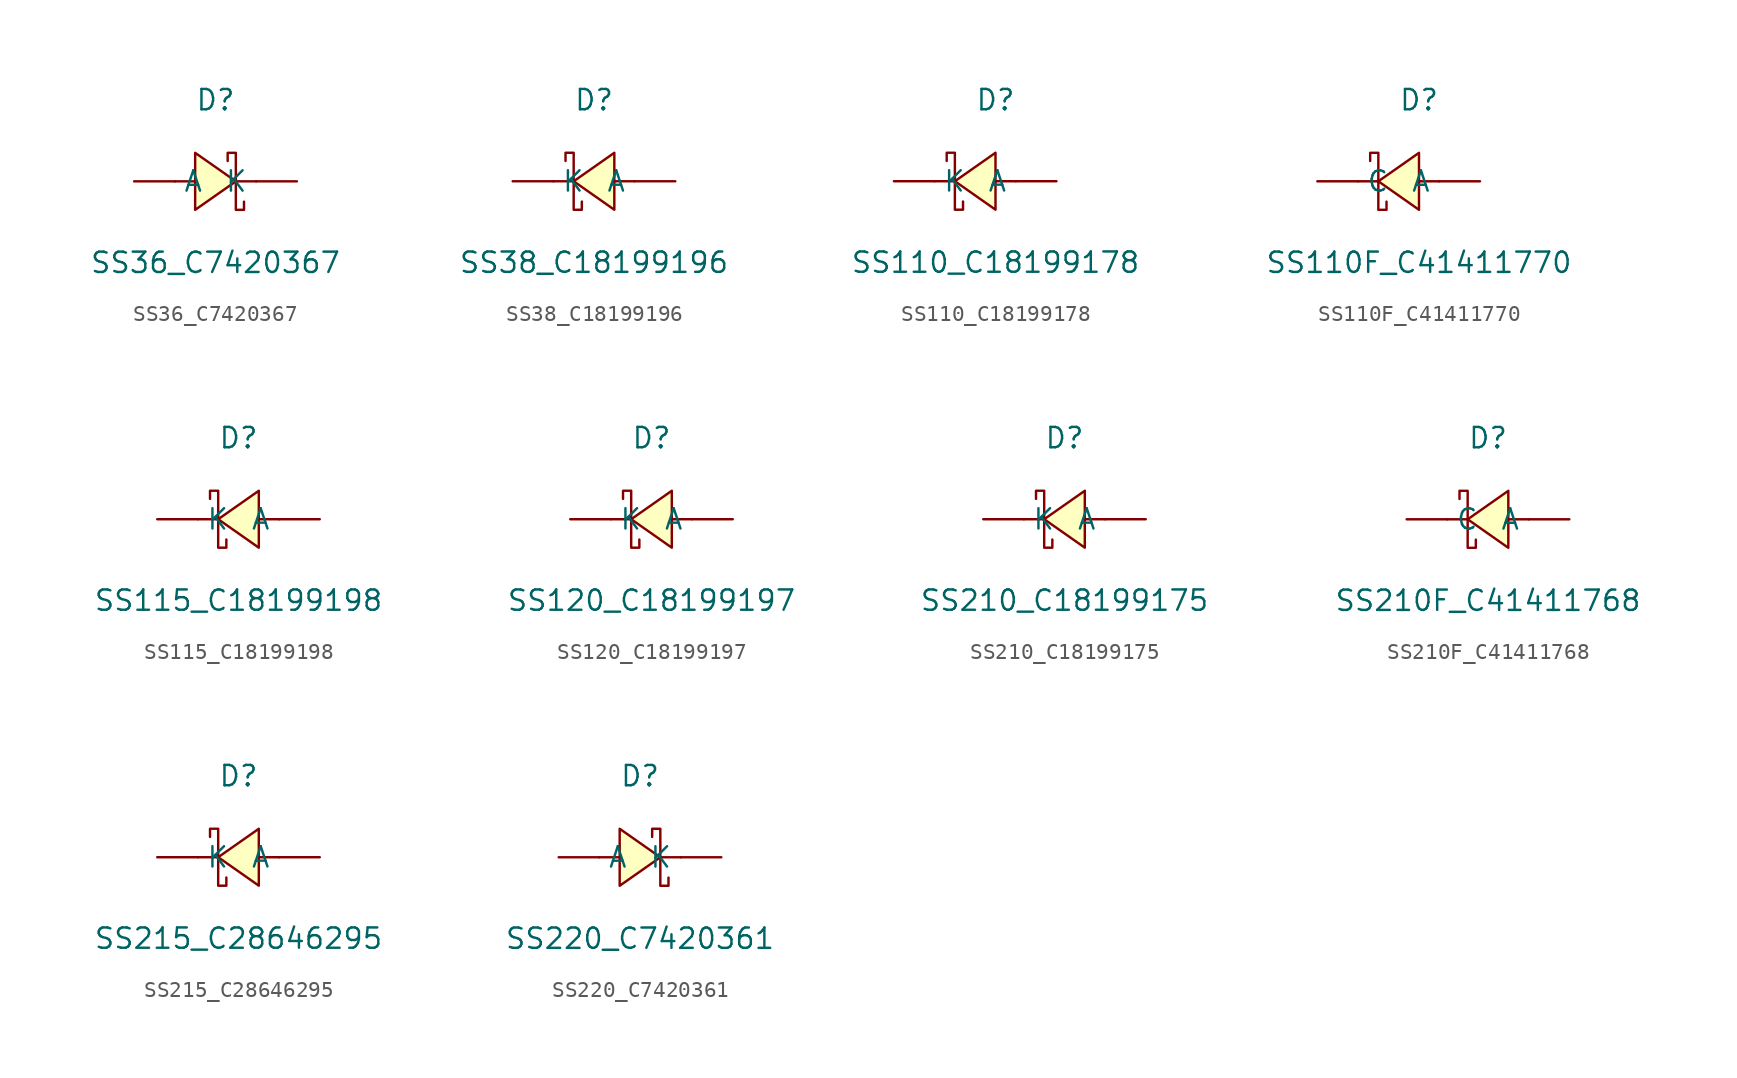
<source format=kicad_sym>
(kicad_symbol_lib
  (version 20241209)
  (generator "kicad_symbol_editor")
  (generator_version "9.0")
  (symbol "SS36_C7420367"
    (pin_numbers
      (hide yes))
    (property "Reference" "D"
      (at 0 5.08 0)
      (effects (font (size 1.27 1.27))))
    (property "Value" "SS36_C7420367"
      (at 0 -5.08 0)
      (effects (font (size 1.27 1.27))))
    (symbol "SS36_C7420367_0_1"
      (polyline (pts (xy -2.54 0) (xy -1.27 0)) (stroke (width 0) (type default)) (fill (type none)))
      (polyline (pts (xy -1.27 -1.78) (xy 1.27 0) (xy -1.27 1.78) (xy -1.27 -1.78)) (stroke (width 0) (type default)) (fill (type background)))
      (polyline (pts (xy 1.27 0) (xy 2.54 0)) (stroke (width 0) (type default)) (fill (type none)))
      (polyline (pts (xy 1.78 -1.27) (xy 1.78 -1.78) (xy 1.27 -1.78) (xy 1.27 1.78) (xy 0.76 1.78) (xy 0.76 1.27)) (stroke (width 0) (type default)) (fill (type none)))
      (pin unspecified line (at -5.08 0 0) (length 2.54) (name "A" (effects (font (size 1.27 1.27)))) (number "1" (effects (font (size 1.27 1.27)))))
      (pin unspecified line (at 5.08 0 180) (length 2.54) (name "K" (effects (font (size 1.27 1.27)))) (number "2" (effects (font (size 1.27 1.27)))))))
  (symbol "SS38_C18199196"
    (pin_numbers
      (hide yes))
    (property "Reference" "D"
      (at 0 5.08 0)
      (effects (font (size 1.27 1.27))))
    (property "Value" "SS38_C18199196"
      (at 0 -5.08 0)
      (effects (font (size 1.27 1.27))))
    (symbol "SS38_C18199196_0_1"
      (polyline (pts (xy -1.78 1.27) (xy -1.78 1.78) (xy -1.27 1.78) (xy -1.27 -1.78) (xy -0.76 -1.78) (xy -0.76 -1.27)) (stroke (width 0) (type default)) (fill (type none)))
      (polyline (pts (xy -1.27 0) (xy -2.54 0)) (stroke (width 0) (type default)) (fill (type none)))
      (polyline (pts (xy 1.27 1.78) (xy -1.27 0) (xy 1.27 -1.78) (xy 1.27 1.78)) (stroke (width 0) (type default)) (fill (type background)))
      (polyline (pts (xy 2.54 0) (xy 1.27 0)) (stroke (width 0) (type default)) (fill (type none)))
      (pin unspecified line (at -5.08 0 0) (length 2.54) (name "K" (effects (font (size 1.27 1.27)))) (number "1" (effects (font (size 1.27 1.27)))))
      (pin unspecified line (at 5.08 0 180) (length 2.54) (name "A" (effects (font (size 1.27 1.27)))) (number "2" (effects (font (size 1.27 1.27)))))))
  (symbol "SS110_C18199178"
    (pin_numbers
      (hide yes))
    (property "Reference" "D"
      (at 0 5.08 0)
      (effects (font (size 1.27 1.27))))
    (property "Value" "SS110_C18199178"
      (at 0 -5.08 0)
      (effects (font (size 1.27 1.27))))
    (symbol "SS110_C18199178_0_1"
      (polyline (pts (xy -3.05 1.27) (xy -3.05 1.78) (xy -2.54 1.78) (xy -2.54 -1.78) (xy -2.03 -1.78) (xy -2.03 -1.27)) (stroke (width 0) (type default)) (fill (type none)))
      (polyline (pts (xy -2.54 0) (xy -3.81 0)) (stroke (width 0) (type default)) (fill (type none)))
      (polyline (pts (xy 0 1.78) (xy -2.54 0) (xy 0 -1.78) (xy 0 1.78)) (stroke (width 0) (type default)) (fill (type background)))
      (polyline (pts (xy 1.27 0) (xy 0 0)) (stroke (width 0) (type default)) (fill (type none)))
      (pin unspecified line (at -6.35 0 0) (length 2.54) (name "K" (effects (font (size 1.27 1.27)))) (number "1" (effects (font (size 1.27 1.27)))))
      (pin unspecified line (at 3.81 0 180) (length 2.54) (name "A" (effects (font (size 1.27 1.27)))) (number "2" (effects (font (size 1.27 1.27)))))))
  (symbol "SS110F_C41411770"
    (pin_numbers
      (hide yes))
    (property "Reference" "D"
      (at 0 5.08 0)
      (effects (font (size 1.27 1.27))))
    (property "Value" "SS110F_C41411770"
      (at 0 -5.08 0)
      (effects (font (size 1.27 1.27))))
    (symbol "SS110F_C41411770_0_1"
      (polyline (pts (xy -3.05 1.27) (xy -3.05 1.78) (xy -2.54 1.78) (xy -2.54 -1.78) (xy -2.03 -1.78) (xy -2.03 -1.27)) (stroke (width 0) (type default)) (fill (type none)))
      (polyline (pts (xy -2.54 0) (xy -3.81 0)) (stroke (width 0) (type default)) (fill (type none)))
      (polyline (pts (xy 0 1.78) (xy -2.54 0) (xy 0 -1.78) (xy 0 1.78)) (stroke (width 0) (type default)) (fill (type background)))
      (polyline (pts (xy 1.27 0) (xy 0 0)) (stroke (width 0) (type default)) (fill (type none)))
      (pin unspecified line (at -6.35 0 0) (length 2.54) (name "C" (effects (font (size 1.27 1.27)))) (number "1" (effects (font (size 1.27 1.27)))))
      (pin unspecified line (at 3.81 0 180) (length 2.54) (name "A" (effects (font (size 1.27 1.27)))) (number "2" (effects (font (size 1.27 1.27)))))))
  (symbol "SS115_C18199198"
    (pin_numbers
      (hide yes))
    (property "Reference" "D"
      (at 0 5.08 0)
      (effects (font (size 1.27 1.27))))
    (property "Value" "SS115_C18199198"
      (at 0 -5.08 0)
      (effects (font (size 1.27 1.27))))
    (symbol "SS115_C18199198_0_1"
      (polyline (pts (xy -1.78 1.27) (xy -1.78 1.78) (xy -1.27 1.78) (xy -1.27 -1.78) (xy -0.76 -1.78) (xy -0.76 -1.27)) (stroke (width 0) (type default)) (fill (type none)))
      (polyline (pts (xy -1.27 0) (xy -2.54 0)) (stroke (width 0) (type default)) (fill (type none)))
      (polyline (pts (xy 1.27 1.78) (xy -1.27 0) (xy 1.27 -1.78) (xy 1.27 1.78)) (stroke (width 0) (type default)) (fill (type background)))
      (polyline (pts (xy 2.54 0) (xy 1.27 0)) (stroke (width 0) (type default)) (fill (type none)))
      (pin unspecified line (at -5.08 0 0) (length 2.54) (name "K" (effects (font (size 1.27 1.27)))) (number "1" (effects (font (size 1.27 1.27)))))
      (pin unspecified line (at 5.08 0 180) (length 2.54) (name "A" (effects (font (size 1.27 1.27)))) (number "2" (effects (font (size 1.27 1.27)))))))
  (symbol "SS120_C18199197"
    (pin_numbers
      (hide yes))
    (property "Reference" "D"
      (at 0 5.08 0)
      (effects (font (size 1.27 1.27))))
    (property "Value" "SS120_C18199197"
      (at 0 -5.08 0)
      (effects (font (size 1.27 1.27))))
    (symbol "SS120_C18199197_0_1"
      (polyline (pts (xy -1.78 1.27) (xy -1.78 1.78) (xy -1.27 1.78) (xy -1.27 -1.78) (xy -0.76 -1.78) (xy -0.76 -1.27)) (stroke (width 0) (type default)) (fill (type none)))
      (polyline (pts (xy -1.27 0) (xy -2.54 0)) (stroke (width 0) (type default)) (fill (type none)))
      (polyline (pts (xy 1.27 1.78) (xy -1.27 0) (xy 1.27 -1.78) (xy 1.27 1.78)) (stroke (width 0) (type default)) (fill (type background)))
      (polyline (pts (xy 2.54 0) (xy 1.27 0)) (stroke (width 0) (type default)) (fill (type none)))
      (pin unspecified line (at -5.08 0 0) (length 2.54) (name "K" (effects (font (size 1.27 1.27)))) (number "1" (effects (font (size 1.27 1.27)))))
      (pin unspecified line (at 5.08 0 180) (length 2.54) (name "A" (effects (font (size 1.27 1.27)))) (number "2" (effects (font (size 1.27 1.27)))))))
  (symbol "SS210_C18199175"
    (pin_numbers
      (hide yes))
    (property "Reference" "D"
      (at 0 5.08 0)
      (effects (font (size 1.27 1.27))))
    (property "Value" "SS210_C18199175"
      (at 0 -5.08 0)
      (effects (font (size 1.27 1.27))))
    (symbol "SS210_C18199175_0_1"
      (polyline (pts (xy -1.78 1.27) (xy -1.78 1.78) (xy -1.27 1.78) (xy -1.27 -1.78) (xy -0.76 -1.78) (xy -0.76 -1.27)) (stroke (width 0) (type default)) (fill (type none)))
      (polyline (pts (xy -1.27 0) (xy -2.54 0)) (stroke (width 0) (type default)) (fill (type none)))
      (polyline (pts (xy 1.27 1.78) (xy -1.27 0) (xy 1.27 -1.78) (xy 1.27 1.78)) (stroke (width 0) (type default)) (fill (type background)))
      (polyline (pts (xy 2.54 0) (xy 1.27 0)) (stroke (width 0) (type default)) (fill (type none)))
      (pin unspecified line (at -5.08 0 0) (length 2.54) (name "K" (effects (font (size 1.27 1.27)))) (number "1" (effects (font (size 1.27 1.27)))))
      (pin unspecified line (at 5.08 0 180) (length 2.54) (name "A" (effects (font (size 1.27 1.27)))) (number "2" (effects (font (size 1.27 1.27)))))))
  (symbol "SS210F_C41411768"
    (pin_numbers
      (hide yes))
    (property "Reference" "D"
      (at 0 5.08 0)
      (effects (font (size 1.27 1.27))))
    (property "Value" "SS210F_C41411768"
      (at 0 -5.08 0)
      (effects (font (size 1.27 1.27))))
    (symbol "SS210F_C41411768_0_1"
      (polyline (pts (xy -1.78 1.27) (xy -1.78 1.78) (xy -1.27 1.78) (xy -1.27 -1.78) (xy -0.76 -1.78) (xy -0.76 -1.27)) (stroke (width 0) (type default)) (fill (type none)))
      (polyline (pts (xy -1.27 0) (xy -2.54 0)) (stroke (width 0) (type default)) (fill (type none)))
      (polyline (pts (xy 1.27 1.78) (xy -1.27 0) (xy 1.27 -1.78) (xy 1.27 1.78)) (stroke (width 0) (type default)) (fill (type background)))
      (polyline (pts (xy 2.54 0) (xy 1.27 0)) (stroke (width 0) (type default)) (fill (type none)))
      (pin unspecified line (at -5.08 0 0) (length 2.54) (name "C" (effects (font (size 1.27 1.27)))) (number "1" (effects (font (size 1.27 1.27)))))
      (pin unspecified line (at 5.08 0 180) (length 2.54) (name "A" (effects (font (size 1.27 1.27)))) (number "2" (effects (font (size 1.27 1.27)))))))
  (symbol "SS215_C28646295"
    (pin_numbers
      (hide yes))
    (property "Reference" "D"
      (at 0 6.35 0)
      (effects (font (size 1.27 1.27))))
    (property "Value" "SS215_C28646295"
      (at 0 -3.81 0)
      (effects (font (size 1.27 1.27))))
    (symbol "SS215_C28646295_0_1"
      (polyline (pts (xy -1.78 2.54) (xy -1.78 3.05) (xy -1.27 3.05) (xy -1.27 -0.51) (xy -0.76 -0.51) (xy -0.76 0)) (stroke (width 0) (type default)) (fill (type none)))
      (polyline (pts (xy -1.27 1.27) (xy -2.54 1.27)) (stroke (width 0) (type default)) (fill (type none)))
      (polyline (pts (xy 1.27 3.05) (xy -1.27 1.27) (xy 1.27 -0.51) (xy 1.27 3.05)) (stroke (width 0) (type default)) (fill (type background)))
      (polyline (pts (xy 2.54 1.27) (xy 1.27 1.27)) (stroke (width 0) (type default)) (fill (type none)))
      (pin unspecified line (at -5.08 1.27 0) (length 2.54) (name "K" (effects (font (size 1.27 1.27)))) (number "1" (effects (font (size 1.27 1.27)))))
      (pin unspecified line (at 5.08 1.27 180) (length 2.54) (name "A" (effects (font (size 1.27 1.27)))) (number "2" (effects (font (size 1.27 1.27)))))))
  (symbol "SS220_C7420361"
    (pin_numbers
      (hide yes))
    (property "Reference" "D"
      (at 0 5.08 0)
      (effects (font (size 1.27 1.27))))
    (property "Value" "SS220_C7420361"
      (at 0 -5.08 0)
      (effects (font (size 1.27 1.27))))
    (symbol "SS220_C7420361_0_1"
      (polyline (pts (xy -2.54 0) (xy -1.27 0)) (stroke (width 0) (type default)) (fill (type none)))
      (polyline (pts (xy -1.27 -1.78) (xy 1.27 0) (xy -1.27 1.78) (xy -1.27 -1.78)) (stroke (width 0) (type default)) (fill (type background)))
      (polyline (pts (xy 1.27 0) (xy 2.54 0)) (stroke (width 0) (type default)) (fill (type none)))
      (polyline (pts (xy 1.78 -1.27) (xy 1.78 -1.78) (xy 1.27 -1.78) (xy 1.27 1.78) (xy 0.76 1.78) (xy 0.76 1.27)) (stroke (width 0) (type default)) (fill (type none)))
      (pin unspecified line (at -5.08 0 0) (length 2.54) (name "A" (effects (font (size 1.27 1.27)))) (number "1" (effects (font (size 1.27 1.27)))))
      (pin unspecified line (at 5.08 0 180) (length 2.54) (name "K" (effects (font (size 1.27 1.27)))) (number "2" (effects (font (size 1.27 1.27))))))))
</source>
